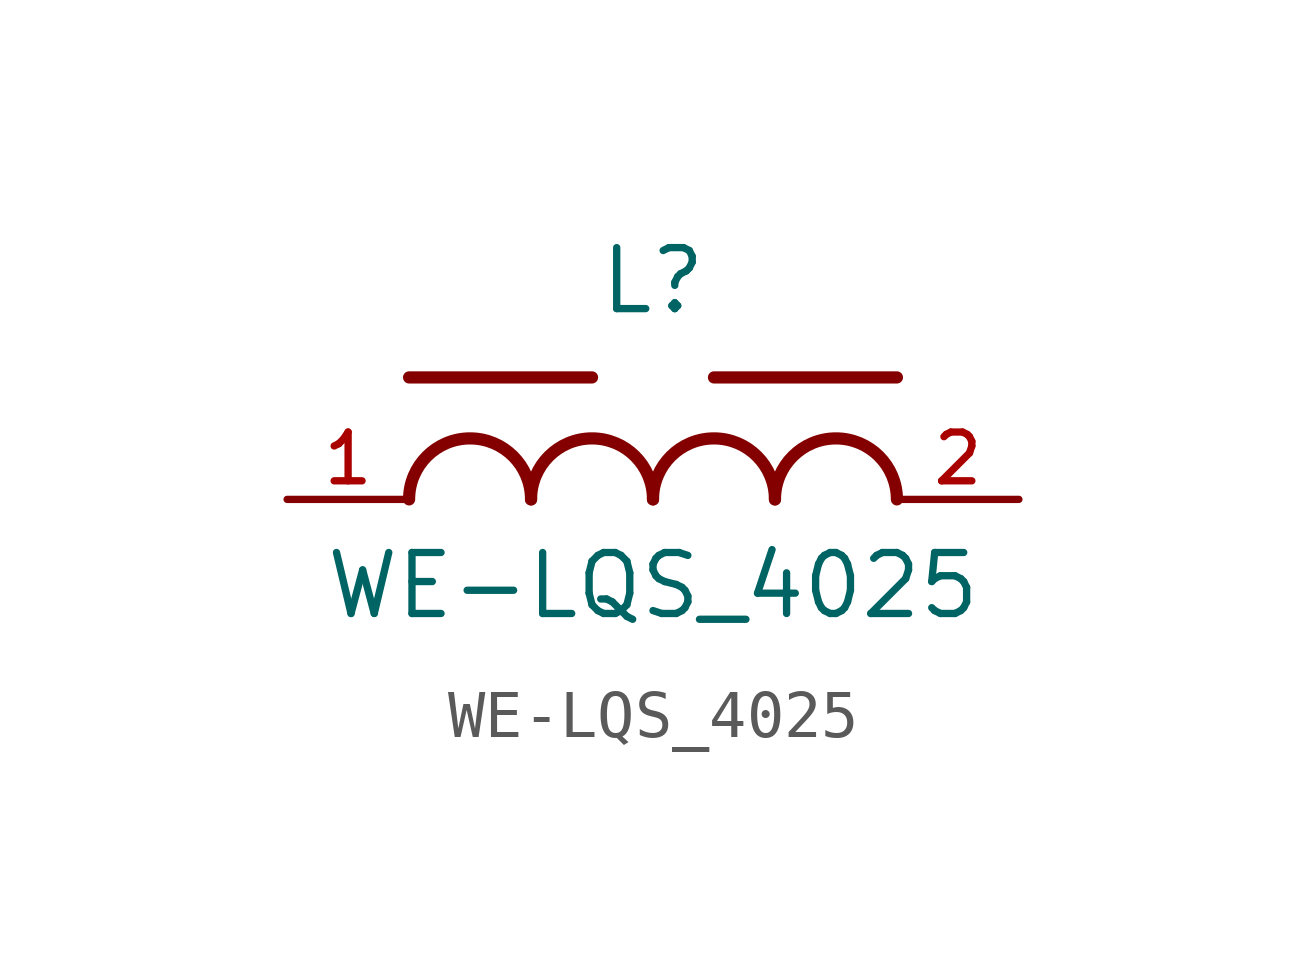
<source format=kicad_sym>
(kicad_symbol_lib
  (version 20211014)
  (generator kicad_symbol_editor)
  (symbol "WE-LQS_4025"
    (pin_names
      (offset 1.016))
    (property "Reference" "L"
      (at 0.0 3.81 0)
      (effects (font (size 1.27 1.27)) (justify bottom)))
    (property "Value" "WE-LQS_4025"
      (at 0.0 -2.54 0)
      (effects (font (size 1.27 1.27)) (justify bottom)))
    (symbol "WE-LQS_4025_0_0"
      (arc (start -2.54 0.0) (mid -3.81 1.27) (end -5.08 0.0) (stroke (width 0.254) (type default) (color 0 0 0 0)) (fill (type none)))
      (arc (start 0.0 0.0) (mid -1.27 1.27) (end -2.54 0.0) (stroke (width 0.254) (type default) (color 0 0 0 0)) (fill (type none)))
      (arc (start 2.54 0.0) (mid 1.27 1.27) (end 0.0 0.0) (stroke (width 0.254) (type default) (color 0 0 0 0)) (fill (type none)))
      (arc (start 5.08 0.0) (mid 3.81 1.27) (end 2.54 0.0) (stroke (width 0.254) (type default) (color 0 0 0 0)) (fill (type none)))
      (polyline (pts (xy -5.08 2.54) (xy -1.27 2.54)) (stroke (width 0.254)))
      (polyline (pts (xy 1.27 2.54) (xy 5.08 2.54)) (stroke (width 0.254)))
      (pin passive line (at -7.62 0.0 0) (length 2.54) (name "~" (effects (font (size 1.016 1.016)))) (number "1" (effects (font (size 1.016 1.016)))))
      (pin passive line (at 7.62 0.0 180.0) (length 2.54) (name "~" (effects (font (size 1.016 1.016)))) (number "2" (effects (font (size 1.016 1.016))))))))
</source>
